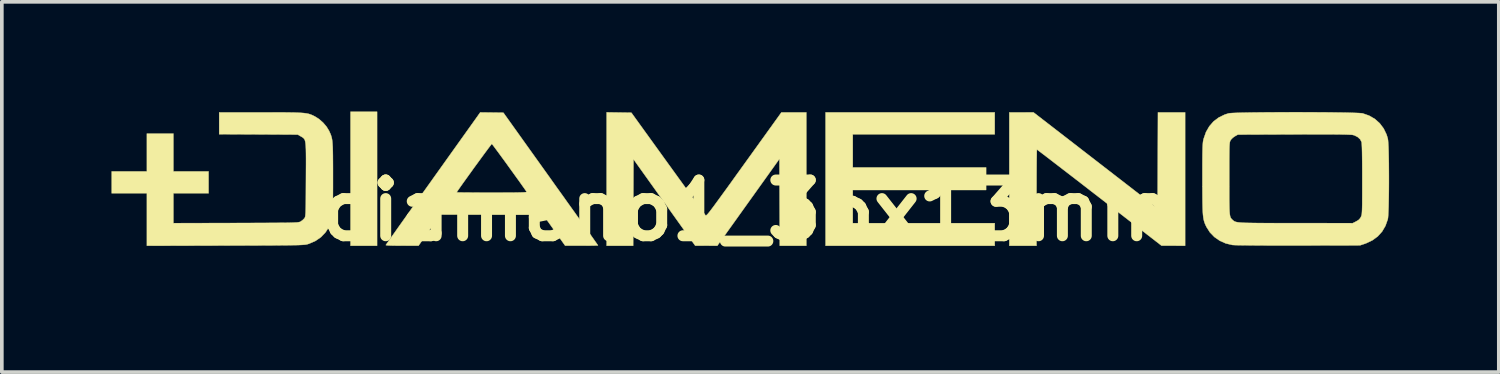
<source format=kicad_pcb>
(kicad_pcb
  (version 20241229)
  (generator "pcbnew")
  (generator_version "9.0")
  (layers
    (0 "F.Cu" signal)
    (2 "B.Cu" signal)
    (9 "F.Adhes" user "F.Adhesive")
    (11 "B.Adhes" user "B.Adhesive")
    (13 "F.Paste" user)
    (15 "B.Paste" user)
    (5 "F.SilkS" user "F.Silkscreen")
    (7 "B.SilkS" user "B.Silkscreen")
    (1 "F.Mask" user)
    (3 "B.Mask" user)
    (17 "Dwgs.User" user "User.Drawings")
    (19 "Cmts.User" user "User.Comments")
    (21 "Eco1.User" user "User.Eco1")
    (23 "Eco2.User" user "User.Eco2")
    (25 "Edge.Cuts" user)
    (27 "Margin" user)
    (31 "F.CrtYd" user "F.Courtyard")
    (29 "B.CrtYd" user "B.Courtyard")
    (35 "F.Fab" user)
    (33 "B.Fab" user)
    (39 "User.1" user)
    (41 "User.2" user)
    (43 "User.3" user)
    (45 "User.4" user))
  (footprint "diameno1_35x13mm"
    (layer "F.Cu")
    (at 17.404 2.708)
    (property "Reference" "diameno1_35x13mm" (at 0 0 0) (layer "F.SilkS") (effects (font (size 1.524 1.524) (thickness 0.3))))
    (attr through_hole)
    (fp_poly (pts (xy -10.142 0.962) (xy -10.868 0.962) (xy -10.868 -2.703) (xy -10.142 -2.703) (xy -10.142 0.962)) (stroke (width 0.01) (type solid)) (fill yes) (layer "F.SilkS"))
    (fp_poly (pts (xy 6.749 -2.086) (xy 2.867 -2.086) (xy 2.867 -1.179) (xy 6.513 -1.179) (xy 6.513 -0.562) (xy 2.867 -0.562) (xy 2.867 0.345) (xy 6.749 0.345) (xy 6.749 0.962) (xy 2.123 0.962) (xy 2.123 -2.685) (xy 6.749 -2.685) (xy 6.749 -2.086)) (stroke (width 0.01) (type solid)) (fill yes) (layer "F.SilkS"))
    (fp_poly (pts (xy 11.956 0.962) (xy 11.634 0.961) (xy 11.312 0.961) (xy 9.613 -0.354) (xy 9.394 -0.523) (xy 9.184 -0.686) (xy 8.983 -0.841) (xy 8.794 -0.987) (xy 8.618 -1.122) (xy 8.457 -1.246) (xy 8.313 -1.357) (xy 8.188 -1.453) (xy 8.083 -1.533) (xy 8.001 -1.596) (xy 7.942 -1.64) (xy 7.909 -1.665) (xy 7.903 -1.669) (xy 7.901 -1.651) (xy 7.899 -1.6) (xy 7.898 -1.519) (xy 7.896 -1.409) (xy 7.895 -1.275) (xy 7.894 -1.119) (xy 7.893 -0.943) (xy 7.893 -0.751) (xy 7.892 -0.546) (xy 7.892 -0.354) (xy 7.892 0.962) (xy 7.148 0.962) (xy 7.148 -2.685) (xy 7.479 -2.685) (xy 7.81 -2.684) (xy 9.507 -1.372) (xy 11.203 -0.06) (xy 11.208 -1.373) (xy 11.213 -2.685) (xy 11.956 -2.685) (xy 11.956 0.962)) (stroke (width 0.01) (type solid)) (fill yes) (layer "F.SilkS"))
    (fp_poly (pts (xy -3.188 -2.676) (xy -2.193 -1.297) (xy -2.048 -1.097) (xy -1.91 -0.906) (xy -1.778 -0.724) (xy -1.656 -0.554) (xy -1.543 -0.398) (xy -1.442 -0.258) (xy -1.354 -0.137) (xy -1.282 -0.037) (xy -1.225 0.041) (xy -1.186 0.095) (xy -1.167 0.121) (xy -1.166 0.123) (xy -1.16 0.129) (xy -1.154 0.133) (xy -1.146 0.133) (xy -1.134 0.126) (xy -1.118 0.112) (xy -1.096 0.089) (xy -1.067 0.054) (xy -1.03 0.007) (xy -0.983 -0.055) (xy -0.925 -0.132) (xy -0.855 -0.228) (xy -0.771 -0.343) (xy -0.672 -0.479) (xy -0.557 -0.637) (xy -0.425 -0.821) (xy -0.275 -1.03) (xy -0.109 -1.26) (xy 0.916 -2.685) (xy 1.256 -2.685) (xy 1.597 -2.685) (xy 1.597 0.962) (xy 0.871 0.962) (xy 0.866 -0.226) (xy 0.862 -1.413) (xy 0.013 -0.226) (xy -0.837 0.962) (xy -1.442 0.96) (xy -2.286 -0.222) (xy -3.13 -1.403) (xy -3.134 -0.221) (xy -3.139 0.962) (xy -3.864 0.962) (xy -3.864 -2.686) (xy -3.188 -2.676)) (stroke (width 0.01) (type solid)) (fill yes) (layer "F.SilkS"))
    (fp_poly (pts (xy -6.688 -2.676) (xy -5.394 -0.866) (xy -5.231 -0.637) (xy -5.073 -0.417) (xy -4.923 -0.206) (xy -4.781 -0.008) (xy -4.649 0.177) (xy -4.529 0.347) (xy -4.42 0.499) (xy -4.325 0.633) (xy -4.245 0.746) (xy -4.182 0.836) (xy -4.136 0.901) (xy -4.108 0.941) (xy -4.1 0.953) (xy -4.118 0.955) (xy -4.166 0.957) (xy -4.242 0.959) (xy -4.338 0.96) (xy -4.452 0.961) (xy -4.549 0.961) (xy -4.998 0.961) (xy -5.298 0.539) (xy -5.599 0.118) (xy -7.004 0.114) (xy -8.409 0.11) (xy -8.709 0.535) (xy -9.008 0.96) (xy -9.458 0.961) (xy -9.613 0.96) (xy -9.736 0.958) (xy -9.826 0.955) (xy -9.882 0.95) (xy -9.903 0.944) (xy -9.903 0.943) (xy -9.892 0.927) (xy -9.861 0.882) (xy -9.811 0.812) (xy -9.745 0.717) (xy -9.662 0.601) (xy -9.565 0.463) (xy -9.454 0.307) (xy -9.331 0.135) (xy -9.198 -0.053) (xy -9.055 -0.254) (xy -8.903 -0.466) (xy -8.88 -0.499) (xy -7.965 -0.499) (xy -7.947 -0.497) (xy -7.897 -0.495) (xy -7.816 -0.494) (xy -7.71 -0.493) (xy -7.581 -0.492) (xy -7.432 -0.491) (xy -7.266 -0.49) (xy -7.088 -0.49) (xy -7.002 -0.49) (xy -6.784 -0.49) (xy -6.599 -0.491) (xy -6.446 -0.491) (xy -6.322 -0.493) (xy -6.224 -0.495) (xy -6.151 -0.497) (xy -6.1 -0.5) (xy -6.069 -0.504) (xy -6.054 -0.509) (xy -6.053 -0.513) (xy -6.076 -0.547) (xy -6.116 -0.605) (xy -6.171 -0.682) (xy -6.237 -0.776) (xy -6.313 -0.881) (xy -6.395 -0.995) (xy -6.481 -1.114) (xy -6.568 -1.235) (xy -6.654 -1.354) (xy -6.737 -1.467) (xy -6.812 -1.57) (xy -6.879 -1.66) (xy -6.934 -1.734) (xy -6.975 -1.788) (xy -6.999 -1.818) (xy -7.004 -1.823) (xy -7.017 -1.809) (xy -7.048 -1.769) (xy -7.095 -1.707) (xy -7.156 -1.625) (xy -7.227 -1.529) (xy -7.306 -1.421) (xy -7.39 -1.306) (xy -7.478 -1.186) (xy -7.565 -1.065) (xy -7.65 -0.947) (xy -7.73 -0.835) (xy -7.803 -0.734) (xy -7.865 -0.646) (xy -7.914 -0.576) (xy -7.948 -0.526) (xy -7.964 -0.501) (xy -7.965 -0.499) (xy -8.88 -0.499) (xy -8.745 -0.688) (xy -8.609 -0.879) (xy -7.321 -2.684) (xy -6.688 -2.676)) (stroke (width 0.01) (type solid)) (fill yes) (layer "F.SilkS"))
    (fp_poly (pts (xy -13.321 -2.685) (xy -13.077 -2.685) (xy -12.866 -2.684) (xy -12.685 -2.684) (xy -12.532 -2.682) (xy -12.403 -2.68) (xy -12.296 -2.676) (xy -12.207 -2.671) (xy -12.134 -2.665) (xy -12.074 -2.657) (xy -12.023 -2.647) (xy -11.979 -2.634) (xy -11.939 -2.619) (xy -11.899 -2.602) (xy -11.858 -2.581) (xy -11.843 -2.574) (xy -11.729 -2.502) (xy -11.619 -2.405) (xy -11.525 -2.295) (xy -11.455 -2.181) (xy -11.453 -2.177) (xy -11.432 -2.13) (xy -11.413 -2.088) (xy -11.398 -2.046) (xy -11.385 -2.001) (xy -11.374 -1.951) (xy -11.366 -1.892) (xy -11.36 -1.821) (xy -11.355 -1.734) (xy -11.352 -1.628) (xy -11.35 -1.501) (xy -11.349 -1.349) (xy -11.348 -1.168) (xy -11.348 -0.955) (xy -11.348 -0.853) (xy -11.348 -0.634) (xy -11.349 -0.449) (xy -11.349 -0.293) (xy -11.35 -0.165) (xy -11.352 -0.06) (xy -11.354 0.024) (xy -11.357 0.091) (xy -11.36 0.143) (xy -11.364 0.183) (xy -11.37 0.216) (xy -11.376 0.244) (xy -11.382 0.263) (xy -11.454 0.443) (xy -11.553 0.597) (xy -11.677 0.727) (xy -11.826 0.83) (xy -12 0.906) (xy -12.038 0.918) (xy -12.056 0.923) (xy -12.077 0.928) (xy -12.103 0.932) (xy -12.137 0.935) (xy -12.179 0.938) (xy -12.232 0.941) (xy -12.298 0.944) (xy -12.38 0.946) (xy -12.478 0.947) (xy -12.596 0.949) (xy -12.735 0.95) (xy -12.897 0.952) (xy -13.084 0.953) (xy -13.298 0.954) (xy -13.542 0.955) (xy -13.817 0.956) (xy -14.125 0.956) (xy -14.292 0.957) (xy -16.437 0.963) (xy -16.437 -0.472) (xy -17.399 -0.472) (xy -17.399 -1.07) (xy -16.437 -1.07) (xy -16.437 -2.105) (xy -15.712 -2.105) (xy -15.712 -1.07) (xy -14.75 -1.07) (xy -14.75 -0.472) (xy -15.712 -0.472) (xy -15.712 0.345) (xy -14.002 0.341) (xy -13.714 0.34) (xy -13.461 0.339) (xy -13.239 0.338) (xy -13.047 0.337) (xy -12.882 0.336) (xy -12.743 0.335) (xy -12.626 0.334) (xy -12.53 0.332) (xy -12.452 0.33) (xy -12.39 0.327) (xy -12.343 0.325) (xy -12.307 0.321) (xy -12.28 0.317) (xy -12.261 0.313) (xy -12.247 0.308) (xy -12.235 0.302) (xy -12.23 0.299) (xy -12.178 0.261) (xy -12.133 0.216) (xy -12.13 0.212) (xy -12.122 0.2) (xy -12.115 0.187) (xy -12.109 0.169) (xy -12.105 0.143) (xy -12.101 0.107) (xy -12.097 0.057) (xy -12.095 -0.01) (xy -12.093 -0.095) (xy -12.091 -0.203) (xy -12.09 -0.337) (xy -12.089 -0.499) (xy -12.088 -0.692) (xy -12.087 -0.846) (xy -12.086 -1.072) (xy -12.085 -1.266) (xy -12.085 -1.428) (xy -12.086 -1.563) (xy -12.088 -1.673) (xy -12.092 -1.762) (xy -12.098 -1.831) (xy -12.106 -1.884) (xy -12.117 -1.925) (xy -12.131 -1.954) (xy -12.149 -1.976) (xy -12.17 -1.994) (xy -12.195 -2.01) (xy -12.224 -2.027) (xy -12.226 -2.028) (xy -12.31 -2.077) (xy -13.385 -2.083) (xy -14.46 -2.088) (xy -14.46 -2.685) (xy -13.321 -2.685)) (stroke (width 0.01) (type solid)) (fill yes) (layer "F.SilkS"))
    (fp_poly (pts (xy 15.097 -2.689) (xy 15.325 -2.688) (xy 15.547 -2.687) (xy 15.762 -2.686) (xy 15.965 -2.684) (xy 16.154 -2.681) (xy 16.325 -2.679) (xy 16.476 -2.675) (xy 16.604 -2.671) (xy 16.704 -2.667) (xy 16.774 -2.662) (xy 16.81 -2.658) (xy 16.989 -2.595) (xy 17.146 -2.504) (xy 17.278 -2.386) (xy 17.385 -2.244) (xy 17.465 -2.078) (xy 17.498 -1.969) (xy 17.505 -1.923) (xy 17.511 -1.844) (xy 17.517 -1.738) (xy 17.521 -1.609) (xy 17.524 -1.461) (xy 17.527 -1.298) (xy 17.528 -1.124) (xy 17.529 -0.944) (xy 17.529 -0.762) (xy 17.528 -0.583) (xy 17.526 -0.411) (xy 17.523 -0.249) (xy 17.52 -0.103) (xy 17.515 0.024) (xy 17.51 0.127) (xy 17.504 0.202) (xy 17.497 0.241) (xy 17.434 0.419) (xy 17.343 0.574) (xy 17.225 0.705) (xy 17.08 0.812) (xy 16.908 0.894) (xy 16.864 0.91) (xy 16.737 0.952) (xy 15.049 0.955) (xy 14.793 0.955) (xy 14.547 0.955) (xy 14.314 0.955) (xy 14.098 0.954) (xy 13.9 0.953) (xy 13.723 0.951) (xy 13.571 0.95) (xy 13.444 0.948) (xy 13.346 0.946) (xy 13.28 0.943) (xy 13.248 0.941) (xy 13.066 0.898) (xy 12.901 0.824) (xy 12.756 0.723) (xy 12.634 0.597) (xy 12.539 0.448) (xy 12.528 0.425) (xy 12.507 0.38) (xy 12.489 0.336) (xy 12.475 0.291) (xy 12.462 0.241) (xy 12.453 0.184) (xy 12.445 0.115) (xy 12.439 0.031) (xy 12.435 -0.07) (xy 12.432 -0.193) (xy 12.43 -0.34) (xy 12.429 -0.514) (xy 12.428 -0.719) (xy 12.428 -0.871) (xy 13.163 -0.871) (xy 13.163 -0.65) (xy 13.163 -0.463) (xy 13.163 -0.306) (xy 13.165 -0.177) (xy 13.167 -0.071) (xy 13.17 0.012) (xy 13.175 0.078) (xy 13.182 0.128) (xy 13.19 0.166) (xy 13.201 0.194) (xy 13.215 0.215) (xy 13.231 0.234) (xy 13.249 0.251) (xy 13.259 0.26) (xy 13.275 0.275) (xy 13.292 0.287) (xy 13.31 0.298) (xy 13.334 0.307) (xy 13.364 0.315) (xy 13.405 0.322) (xy 13.457 0.327) (xy 13.523 0.332) (xy 13.606 0.336) (xy 13.707 0.338) (xy 13.83 0.34) (xy 13.976 0.342) (xy 14.148 0.343) (xy 14.348 0.343) (xy 14.578 0.344) (xy 14.841 0.344) (xy 14.987 0.344) (xy 16.539 0.345) (xy 16.632 0.298) (xy 16.698 0.259) (xy 16.741 0.213) (xy 16.763 0.175) (xy 16.771 0.157) (xy 16.778 0.137) (xy 16.784 0.113) (xy 16.789 0.082) (xy 16.792 0.04) (xy 16.795 -0.016) (xy 16.797 -0.089) (xy 16.799 -0.182) (xy 16.799 -0.299) (xy 16.8 -0.441) (xy 16.8 -0.614) (xy 16.8 -0.819) (xy 16.8 -0.854) (xy 16.8 -1.077) (xy 16.799 -1.277) (xy 16.797 -1.451) (xy 16.795 -1.599) (xy 16.792 -1.717) (xy 16.788 -1.803) (xy 16.784 -1.857) (xy 16.782 -1.872) (xy 16.743 -1.948) (xy 16.675 -2.011) (xy 16.586 -2.056) (xy 16.543 -2.068) (xy 16.512 -2.072) (xy 16.457 -2.075) (xy 16.379 -2.078) (xy 16.274 -2.081) (xy 16.143 -2.082) (xy 15.982 -2.084) (xy 15.791 -2.084) (xy 15.569 -2.084) (xy 15.314 -2.084) (xy 15.025 -2.083) (xy 14.922 -2.083) (xy 13.398 -2.077) (xy 13.318 -2.032) (xy 13.261 -1.992) (xy 13.213 -1.943) (xy 13.2 -1.923) (xy 13.192 -1.908) (xy 13.185 -1.892) (xy 13.179 -1.871) (xy 13.175 -1.842) (xy 13.171 -1.803) (xy 13.168 -1.75) (xy 13.166 -1.68) (xy 13.165 -1.59) (xy 13.164 -1.478) (xy 13.163 -1.339) (xy 13.163 -1.172) (xy 13.163 -0.973) (xy 13.163 -0.871) (xy 12.428 -0.871) (xy 12.428 -0.872) (xy 12.428 -1.085) (xy 12.428 -1.264) (xy 12.429 -1.413) (xy 12.43 -1.537) (xy 12.432 -1.637) (xy 12.434 -1.718) (xy 12.437 -1.783) (xy 12.441 -1.834) (xy 12.445 -1.877) (xy 12.451 -1.912) (xy 12.458 -1.946) (xy 12.464 -1.967) (xy 12.527 -2.147) (xy 12.618 -2.305) (xy 12.734 -2.438) (xy 12.876 -2.545) (xy 13.041 -2.625) (xy 13.147 -2.658) (xy 13.185 -2.663) (xy 13.257 -2.668) (xy 13.358 -2.672) (xy 13.486 -2.676) (xy 13.638 -2.679) (xy 13.81 -2.682) (xy 14 -2.684) (xy 14.204 -2.686) (xy 14.419 -2.687) (xy 14.641 -2.688) (xy 14.869 -2.689) (xy 15.097 -2.689)) (stroke (width 0.01) (type solid)) (fill yes) (layer "F.SilkS")))
  (gr_rect
    (start -3 -3)
    (end 37.938 7.126)
    (stroke (width 0.1) (type default))
    (fill no)
    (layer "Edge.Cuts")))
</source>
